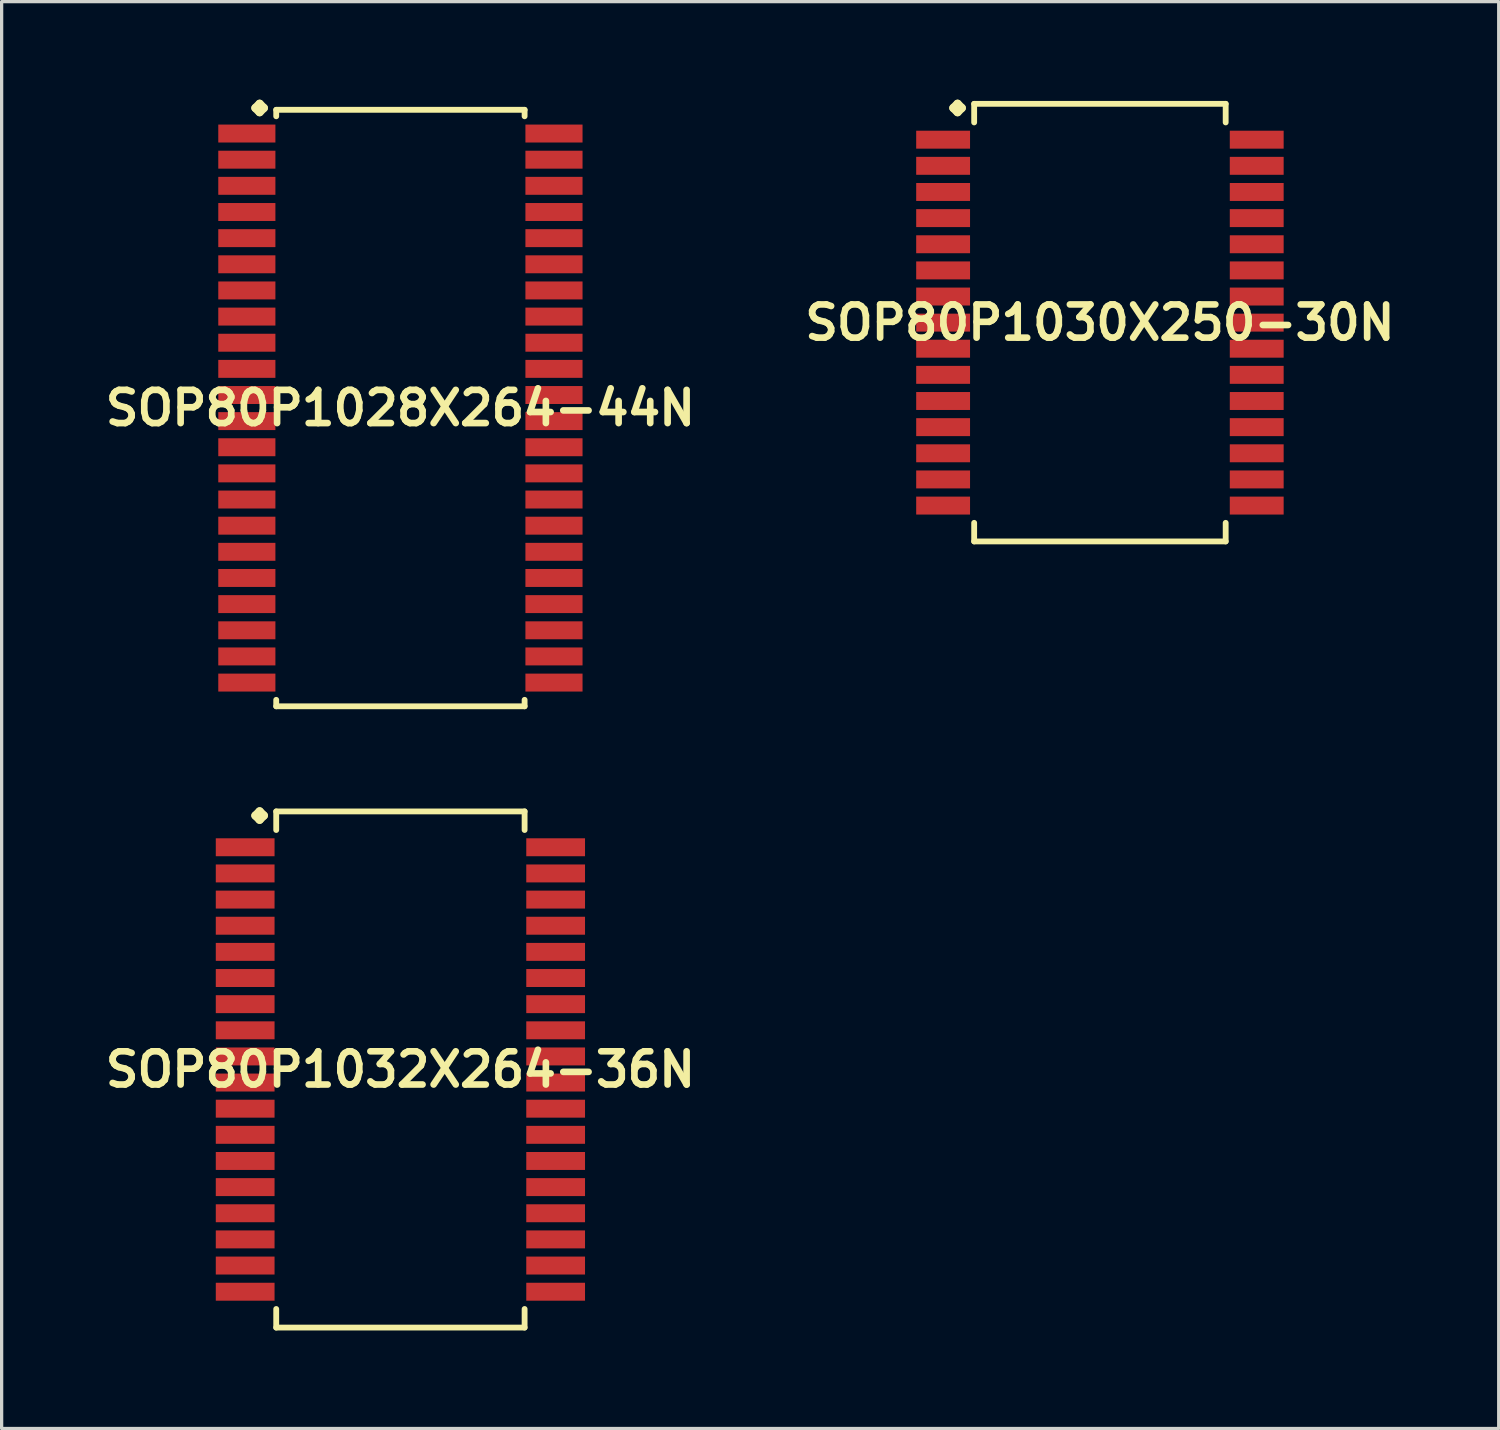
<source format=kicad_pcb>
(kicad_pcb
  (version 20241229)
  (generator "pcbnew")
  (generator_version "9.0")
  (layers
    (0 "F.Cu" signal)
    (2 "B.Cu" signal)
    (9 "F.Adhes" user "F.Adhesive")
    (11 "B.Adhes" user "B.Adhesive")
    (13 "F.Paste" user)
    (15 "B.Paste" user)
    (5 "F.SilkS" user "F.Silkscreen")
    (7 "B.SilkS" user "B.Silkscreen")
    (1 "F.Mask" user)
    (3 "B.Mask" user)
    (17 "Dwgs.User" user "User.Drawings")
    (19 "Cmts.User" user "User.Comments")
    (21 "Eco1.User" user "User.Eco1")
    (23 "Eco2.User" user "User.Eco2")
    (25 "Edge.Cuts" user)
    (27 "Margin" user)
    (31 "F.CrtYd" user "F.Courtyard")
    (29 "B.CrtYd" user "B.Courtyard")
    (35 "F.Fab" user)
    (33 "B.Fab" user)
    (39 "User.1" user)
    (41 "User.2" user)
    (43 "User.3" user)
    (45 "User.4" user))
  (footprint "SOP80P1030X250-30N"
    (layer "F.Cu")
    (at 30.606 6.822)
    (property "Reference" "SOP80P1030X250-30N" (at 0 0 0) (layer "F.SilkS") (effects (font (size 1.016 1.016) (thickness 0.203))))
    (attr smd)
    (fp_line (start -4.483 -6.568) (end -4.356 -6.695) (stroke (width 0.254) (type solid)) (layer "F.SilkS"))
    (fp_line (start -4.356 -6.695) (end -4.229 -6.568) (stroke (width 0.254) (type solid)) (layer "F.SilkS"))
    (fp_line (start -4.356 -6.441) (end -4.483 -6.568) (stroke (width 0.254) (type solid)) (layer "F.SilkS"))
    (fp_line (start -4.229 -6.568) (end -4.356 -6.441) (stroke (width 0.254) (type solid)) (layer "F.SilkS"))
    (fp_line (start -3.848 -6.695) (end 3.848 -6.695) (stroke (width 0.178) (type solid)) (layer "F.SilkS"))
    (fp_line (start -3.848 -6.126) (end -3.848 -6.695) (stroke (width 0.178) (type solid)) (layer "F.SilkS"))
    (fp_line (start -3.848 6.126) (end -3.848 6.695) (stroke (width 0.178) (type solid)) (layer "F.SilkS"))
    (fp_line (start -3.848 6.695) (end 3.848 6.695) (stroke (width 0.178) (type solid)) (layer "F.SilkS"))
    (fp_line (start 3.848 -6.695) (end 3.848 -6.126) (stroke (width 0.178) (type solid)) (layer "F.SilkS"))
    (fp_line (start 3.848 6.695) (end 3.848 6.126) (stroke (width 0.178) (type solid)) (layer "F.SilkS"))
    (pad "1" smd rect (at -4.798 -5.598) (size 1.648 0.549) (layers "F.Cu" "F.Mask" "F.Paste"))
    (pad "2" smd rect (at -4.798 -4.798) (size 1.648 0.549) (layers "F.Cu" "F.Mask" "F.Paste"))
    (pad "3" smd rect (at -4.798 -3.998) (size 1.648 0.549) (layers "F.Cu" "F.Mask" "F.Paste"))
    (pad "4" smd rect (at -4.798 -3.198) (size 1.648 0.549) (layers "F.Cu" "F.Mask" "F.Paste"))
    (pad "5" smd rect (at -4.798 -2.398) (size 1.648 0.549) (layers "F.Cu" "F.Mask" "F.Paste"))
    (pad "6" smd rect (at -4.798 -1.598) (size 1.648 0.549) (layers "F.Cu" "F.Mask" "F.Paste"))
    (pad "7" smd rect (at -4.798 -0.798) (size 1.648 0.549) (layers "F.Cu" "F.Mask" "F.Paste"))
    (pad "8" smd rect (at -4.798 0) (size 1.648 0.549) (layers "F.Cu" "F.Mask" "F.Paste"))
    (pad "9" smd rect (at -4.798 0.798) (size 1.648 0.549) (layers "F.Cu" "F.Mask" "F.Paste"))
    (pad "10" smd rect (at -4.798 1.598) (size 1.648 0.549) (layers "F.Cu" "F.Mask" "F.Paste"))
    (pad "11" smd rect (at -4.798 2.398) (size 1.648 0.549) (layers "F.Cu" "F.Mask" "F.Paste"))
    (pad "12" smd rect (at -4.798 3.198) (size 1.648 0.549) (layers "F.Cu" "F.Mask" "F.Paste"))
    (pad "13" smd rect (at -4.798 3.998) (size 1.648 0.549) (layers "F.Cu" "F.Mask" "F.Paste"))
    (pad "14" smd rect (at -4.798 4.798) (size 1.648 0.549) (layers "F.Cu" "F.Mask" "F.Paste"))
    (pad "15" smd rect (at -4.798 5.598) (size 1.648 0.549) (layers "F.Cu" "F.Mask" "F.Paste"))
    (pad "16" smd rect (at 4.798 5.598) (size 1.648 0.549) (layers "F.Cu" "F.Mask" "F.Paste"))
    (pad "17" smd rect (at 4.798 4.798) (size 1.648 0.549) (layers "F.Cu" "F.Mask" "F.Paste"))
    (pad "18" smd rect (at 4.798 3.998) (size 1.648 0.549) (layers "F.Cu" "F.Mask" "F.Paste"))
    (pad "19" smd rect (at 4.798 3.198) (size 1.648 0.549) (layers "F.Cu" "F.Mask" "F.Paste"))
    (pad "20" smd rect (at 4.798 2.398) (size 1.648 0.549) (layers "F.Cu" "F.Mask" "F.Paste"))
    (pad "21" smd rect (at 4.798 1.598) (size 1.648 0.549) (layers "F.Cu" "F.Mask" "F.Paste"))
    (pad "22" smd rect (at 4.798 0.798) (size 1.648 0.549) (layers "F.Cu" "F.Mask" "F.Paste"))
    (pad "23" smd rect (at 4.798 0) (size 1.648 0.549) (layers "F.Cu" "F.Mask" "F.Paste"))
    (pad "24" smd rect (at 4.798 -0.798) (size 1.648 0.549) (layers "F.Cu" "F.Mask" "F.Paste"))
    (pad "25" smd rect (at 4.798 -1.598) (size 1.648 0.549) (layers "F.Cu" "F.Mask" "F.Paste"))
    (pad "26" smd rect (at 4.798 -2.398) (size 1.648 0.549) (layers "F.Cu" "F.Mask" "F.Paste"))
    (pad "27" smd rect (at 4.798 -3.198) (size 1.648 0.549) (layers "F.Cu" "F.Mask" "F.Paste"))
    (pad "28" smd rect (at 4.798 -3.998) (size 1.648 0.549) (layers "F.Cu" "F.Mask" "F.Paste"))
    (pad "29" smd rect (at 4.798 -4.798) (size 1.648 0.549) (layers "F.Cu" "F.Mask" "F.Paste"))
    (pad "30" smd rect (at 4.798 -5.598) (size 1.648 0.549) (layers "F.Cu" "F.Mask" "F.Paste")))
  (footprint "SOP80P1032X264-36N"
    (layer "F.Cu")
    (at 9.202 29.675)
    (property "Reference" "SOP80P1032X264-36N" (at 0 0 0) (layer "F.SilkS") (effects (font (size 1.016 1.016) (thickness 0.203))))
    (attr smd)
    (fp_line (start -4.435 -7.77) (end -4.308 -7.897) (stroke (width 0.254) (type solid)) (layer "F.SilkS"))
    (fp_line (start -4.308 -7.897) (end -4.181 -7.77) (stroke (width 0.254) (type solid)) (layer "F.SilkS"))
    (fp_line (start -4.308 -7.643) (end -4.435 -7.77) (stroke (width 0.254) (type solid)) (layer "F.SilkS"))
    (fp_line (start -4.181 -7.77) (end -4.308 -7.643) (stroke (width 0.254) (type solid)) (layer "F.SilkS"))
    (fp_line (start -3.8 -7.897) (end 3.8 -7.897) (stroke (width 0.178) (type solid)) (layer "F.SilkS"))
    (fp_line (start -3.8 -7.328) (end -3.8 -7.897) (stroke (width 0.178) (type solid)) (layer "F.SilkS"))
    (fp_line (start -3.8 7.328) (end -3.8 7.897) (stroke (width 0.178) (type solid)) (layer "F.SilkS"))
    (fp_line (start -3.8 7.897) (end 3.8 7.897) (stroke (width 0.178) (type solid)) (layer "F.SilkS"))
    (fp_line (start 3.8 -7.897) (end 3.8 -7.328) (stroke (width 0.178) (type solid)) (layer "F.SilkS"))
    (fp_line (start 3.8 7.897) (end 3.8 7.328) (stroke (width 0.178) (type solid)) (layer "F.SilkS"))
    (pad "1" smd rect (at -4.75 -6.8) (size 1.798 0.549) (layers "F.Cu" "F.Mask" "F.Paste"))
    (pad "2" smd rect (at -4.75 -5.999) (size 1.798 0.549) (layers "F.Cu" "F.Mask" "F.Paste"))
    (pad "3" smd rect (at -4.75 -5.199) (size 1.798 0.549) (layers "F.Cu" "F.Mask" "F.Paste"))
    (pad "4" smd rect (at -4.75 -4.399) (size 1.798 0.549) (layers "F.Cu" "F.Mask" "F.Paste"))
    (pad "5" smd rect (at -4.75 -3.599) (size 1.798 0.549) (layers "F.Cu" "F.Mask" "F.Paste"))
    (pad "6" smd rect (at -4.75 -2.799) (size 1.798 0.549) (layers "F.Cu" "F.Mask" "F.Paste"))
    (pad "7" smd rect (at -4.75 -1.999) (size 1.798 0.549) (layers "F.Cu" "F.Mask" "F.Paste"))
    (pad "8" smd rect (at -4.75 -1.199) (size 1.798 0.549) (layers "F.Cu" "F.Mask" "F.Paste"))
    (pad "9" smd rect (at -4.75 -0.399) (size 1.798 0.549) (layers "F.Cu" "F.Mask" "F.Paste"))
    (pad "10" smd rect (at -4.75 0.399) (size 1.798 0.549) (layers "F.Cu" "F.Mask" "F.Paste"))
    (pad "11" smd rect (at -4.75 1.199) (size 1.798 0.549) (layers "F.Cu" "F.Mask" "F.Paste"))
    (pad "12" smd rect (at -4.75 1.999) (size 1.798 0.549) (layers "F.Cu" "F.Mask" "F.Paste"))
    (pad "13" smd rect (at -4.75 2.799) (size 1.798 0.549) (layers "F.Cu" "F.Mask" "F.Paste"))
    (pad "14" smd rect (at -4.75 3.599) (size 1.798 0.549) (layers "F.Cu" "F.Mask" "F.Paste"))
    (pad "15" smd rect (at -4.75 4.399) (size 1.798 0.549) (layers "F.Cu" "F.Mask" "F.Paste"))
    (pad "16" smd rect (at -4.75 5.199) (size 1.798 0.549) (layers "F.Cu" "F.Mask" "F.Paste"))
    (pad "17" smd rect (at -4.75 5.999) (size 1.798 0.549) (layers "F.Cu" "F.Mask" "F.Paste"))
    (pad "18" smd rect (at -4.75 6.8) (size 1.798 0.549) (layers "F.Cu" "F.Mask" "F.Paste"))
    (pad "19" smd rect (at 4.75 6.8) (size 1.798 0.549) (layers "F.Cu" "F.Mask" "F.Paste"))
    (pad "20" smd rect (at 4.75 5.999) (size 1.798 0.549) (layers "F.Cu" "F.Mask" "F.Paste"))
    (pad "21" smd rect (at 4.75 5.199) (size 1.798 0.549) (layers "F.Cu" "F.Mask" "F.Paste"))
    (pad "22" smd rect (at 4.75 4.399) (size 1.798 0.549) (layers "F.Cu" "F.Mask" "F.Paste"))
    (pad "23" smd rect (at 4.75 3.599) (size 1.798 0.549) (layers "F.Cu" "F.Mask" "F.Paste"))
    (pad "24" smd rect (at 4.75 2.799) (size 1.798 0.549) (layers "F.Cu" "F.Mask" "F.Paste"))
    (pad "25" smd rect (at 4.75 1.999) (size 1.798 0.549) (layers "F.Cu" "F.Mask" "F.Paste"))
    (pad "26" smd rect (at 4.75 1.199) (size 1.798 0.549) (layers "F.Cu" "F.Mask" "F.Paste"))
    (pad "27" smd rect (at 4.75 0.399) (size 1.798 0.549) (layers "F.Cu" "F.Mask" "F.Paste"))
    (pad "28" smd rect (at 4.75 -0.399) (size 1.798 0.549) (layers "F.Cu" "F.Mask" "F.Paste"))
    (pad "29" smd rect (at 4.75 -1.199) (size 1.798 0.549) (layers "F.Cu" "F.Mask" "F.Paste"))
    (pad "30" smd rect (at 4.75 -1.999) (size 1.798 0.549) (layers "F.Cu" "F.Mask" "F.Paste"))
    (pad "31" smd rect (at 4.75 -2.799) (size 1.798 0.549) (layers "F.Cu" "F.Mask" "F.Paste"))
    (pad "32" smd rect (at 4.75 -3.599) (size 1.798 0.549) (layers "F.Cu" "F.Mask" "F.Paste"))
    (pad "33" smd rect (at 4.75 -4.399) (size 1.798 0.549) (layers "F.Cu" "F.Mask" "F.Paste"))
    (pad "34" smd rect (at 4.75 -5.199) (size 1.798 0.549) (layers "F.Cu" "F.Mask" "F.Paste"))
    (pad "35" smd rect (at 4.75 -5.999) (size 1.798 0.549) (layers "F.Cu" "F.Mask" "F.Paste"))
    (pad "36" smd rect (at 4.75 -6.8) (size 1.798 0.549) (layers "F.Cu" "F.Mask" "F.Paste")))
  (footprint "SOP80P1028X264-44N"
    (layer "F.Cu")
    (at 9.202 9.436)
    (property "Reference" "SOP80P1028X264-44N" (at 0 0 0) (layer "F.SilkS") (effects (font (size 1.016 1.016) (thickness 0.203))))
    (attr smd)
    (fp_line (start -4.435 -9.182) (end -4.308 -9.309) (stroke (width 0.254) (type solid)) (layer "F.SilkS"))
    (fp_line (start -4.308 -9.309) (end -4.181 -9.182) (stroke (width 0.254) (type solid)) (layer "F.SilkS"))
    (fp_line (start -4.308 -9.055) (end -4.435 -9.182) (stroke (width 0.254) (type solid)) (layer "F.SilkS"))
    (fp_line (start -4.181 -9.182) (end -4.308 -9.055) (stroke (width 0.254) (type solid)) (layer "F.SilkS"))
    (fp_line (start -3.8 -9.126) (end 3.8 -9.126) (stroke (width 0.178) (type solid)) (layer "F.SilkS"))
    (fp_line (start -3.8 -8.928) (end -3.8 -9.126) (stroke (width 0.178) (type solid)) (layer "F.SilkS"))
    (fp_line (start -3.8 8.928) (end -3.8 9.126) (stroke (width 0.178) (type solid)) (layer "F.SilkS"))
    (fp_line (start -3.8 9.126) (end 3.8 9.126) (stroke (width 0.178) (type solid)) (layer "F.SilkS"))
    (fp_line (start 3.8 -9.126) (end 3.8 -8.928) (stroke (width 0.178) (type solid)) (layer "F.SilkS"))
    (fp_line (start 3.8 9.126) (end 3.8 8.928) (stroke (width 0.178) (type solid)) (layer "F.SilkS"))
    (pad "1" smd rect (at -4.699 -8.4) (size 1.748 0.549) (layers "F.Cu" "F.Mask" "F.Paste"))
    (pad "2" smd rect (at -4.699 -7.6) (size 1.748 0.549) (layers "F.Cu" "F.Mask" "F.Paste"))
    (pad "3" smd rect (at -4.699 -6.8) (size 1.748 0.549) (layers "F.Cu" "F.Mask" "F.Paste"))
    (pad "4" smd rect (at -4.699 -5.999) (size 1.748 0.549) (layers "F.Cu" "F.Mask" "F.Paste"))
    (pad "5" smd rect (at -4.699 -5.199) (size 1.748 0.549) (layers "F.Cu" "F.Mask" "F.Paste"))
    (pad "6" smd rect (at -4.699 -4.399) (size 1.748 0.549) (layers "F.Cu" "F.Mask" "F.Paste"))
    (pad "7" smd rect (at -4.699 -3.599) (size 1.748 0.549) (layers "F.Cu" "F.Mask" "F.Paste"))
    (pad "8" smd rect (at -4.699 -2.799) (size 1.748 0.549) (layers "F.Cu" "F.Mask" "F.Paste"))
    (pad "9" smd rect (at -4.699 -1.999) (size 1.748 0.549) (layers "F.Cu" "F.Mask" "F.Paste"))
    (pad "10" smd rect (at -4.699 -1.199) (size 1.748 0.549) (layers "F.Cu" "F.Mask" "F.Paste"))
    (pad "11" smd rect (at -4.699 -0.399) (size 1.748 0.549) (layers "F.Cu" "F.Mask" "F.Paste"))
    (pad "12" smd rect (at -4.699 0.399) (size 1.748 0.549) (layers "F.Cu" "F.Mask" "F.Paste"))
    (pad "13" smd rect (at -4.699 1.199) (size 1.748 0.549) (layers "F.Cu" "F.Mask" "F.Paste"))
    (pad "14" smd rect (at -4.699 1.999) (size 1.748 0.549) (layers "F.Cu" "F.Mask" "F.Paste"))
    (pad "15" smd rect (at -4.699 2.799) (size 1.748 0.549) (layers "F.Cu" "F.Mask" "F.Paste"))
    (pad "16" smd rect (at -4.699 3.599) (size 1.748 0.549) (layers "F.Cu" "F.Mask" "F.Paste"))
    (pad "17" smd rect (at -4.699 4.399) (size 1.748 0.549) (layers "F.Cu" "F.Mask" "F.Paste"))
    (pad "18" smd rect (at -4.699 5.199) (size 1.748 0.549) (layers "F.Cu" "F.Mask" "F.Paste"))
    (pad "19" smd rect (at -4.699 5.999) (size 1.748 0.549) (layers "F.Cu" "F.Mask" "F.Paste"))
    (pad "20" smd rect (at -4.699 6.8) (size 1.748 0.549) (layers "F.Cu" "F.Mask" "F.Paste"))
    (pad "21" smd rect (at -4.699 7.6) (size 1.748 0.549) (layers "F.Cu" "F.Mask" "F.Paste"))
    (pad "22" smd rect (at -4.699 8.4) (size 1.748 0.549) (layers "F.Cu" "F.Mask" "F.Paste"))
    (pad "23" smd rect (at 4.699 8.4) (size 1.748 0.549) (layers "F.Cu" "F.Mask" "F.Paste"))
    (pad "24" smd rect (at 4.699 7.6) (size 1.748 0.549) (layers "F.Cu" "F.Mask" "F.Paste"))
    (pad "25" smd rect (at 4.699 6.8) (size 1.748 0.549) (layers "F.Cu" "F.Mask" "F.Paste"))
    (pad "26" smd rect (at 4.699 5.999) (size 1.748 0.549) (layers "F.Cu" "F.Mask" "F.Paste"))
    (pad "27" smd rect (at 4.699 5.199) (size 1.748 0.549) (layers "F.Cu" "F.Mask" "F.Paste"))
    (pad "28" smd rect (at 4.699 4.399) (size 1.748 0.549) (layers "F.Cu" "F.Mask" "F.Paste"))
    (pad "29" smd rect (at 4.699 3.599) (size 1.748 0.549) (layers "F.Cu" "F.Mask" "F.Paste"))
    (pad "30" smd rect (at 4.699 2.799) (size 1.748 0.549) (layers "F.Cu" "F.Mask" "F.Paste"))
    (pad "31" smd rect (at 4.699 1.999) (size 1.748 0.549) (layers "F.Cu" "F.Mask" "F.Paste"))
    (pad "32" smd rect (at 4.699 1.199) (size 1.748 0.549) (layers "F.Cu" "F.Mask" "F.Paste"))
    (pad "33" smd rect (at 4.699 0.399) (size 1.748 0.549) (layers "F.Cu" "F.Mask" "F.Paste"))
    (pad "34" smd rect (at 4.699 -0.399) (size 1.748 0.549) (layers "F.Cu" "F.Mask" "F.Paste"))
    (pad "35" smd rect (at 4.699 -1.199) (size 1.748 0.549) (layers "F.Cu" "F.Mask" "F.Paste"))
    (pad "36" smd rect (at 4.699 -1.999) (size 1.748 0.549) (layers "F.Cu" "F.Mask" "F.Paste"))
    (pad "37" smd rect (at 4.699 -2.799) (size 1.748 0.549) (layers "F.Cu" "F.Mask" "F.Paste"))
    (pad "38" smd rect (at 4.699 -3.599) (size 1.748 0.549) (layers "F.Cu" "F.Mask" "F.Paste"))
    (pad "39" smd rect (at 4.699 -4.399) (size 1.748 0.549) (layers "F.Cu" "F.Mask" "F.Paste"))
    (pad "40" smd rect (at 4.699 -5.199) (size 1.748 0.549) (layers "F.Cu" "F.Mask" "F.Paste"))
    (pad "41" smd rect (at 4.699 -5.999) (size 1.748 0.549) (layers "F.Cu" "F.Mask" "F.Paste"))
    (pad "42" smd rect (at 4.699 -6.8) (size 1.748 0.549) (layers "F.Cu" "F.Mask" "F.Paste"))
    (pad "43" smd rect (at 4.699 -7.6) (size 1.748 0.549) (layers "F.Cu" "F.Mask" "F.Paste"))
    (pad "44" smd rect (at 4.699 -8.4) (size 1.748 0.549) (layers "F.Cu" "F.Mask" "F.Paste")))
  (gr_rect
    (start -3 -3)
    (end 42.808 40.661)
    (stroke (width 0.1) (type default))
    (fill no)
    (layer "Edge.Cuts")))
</source>
